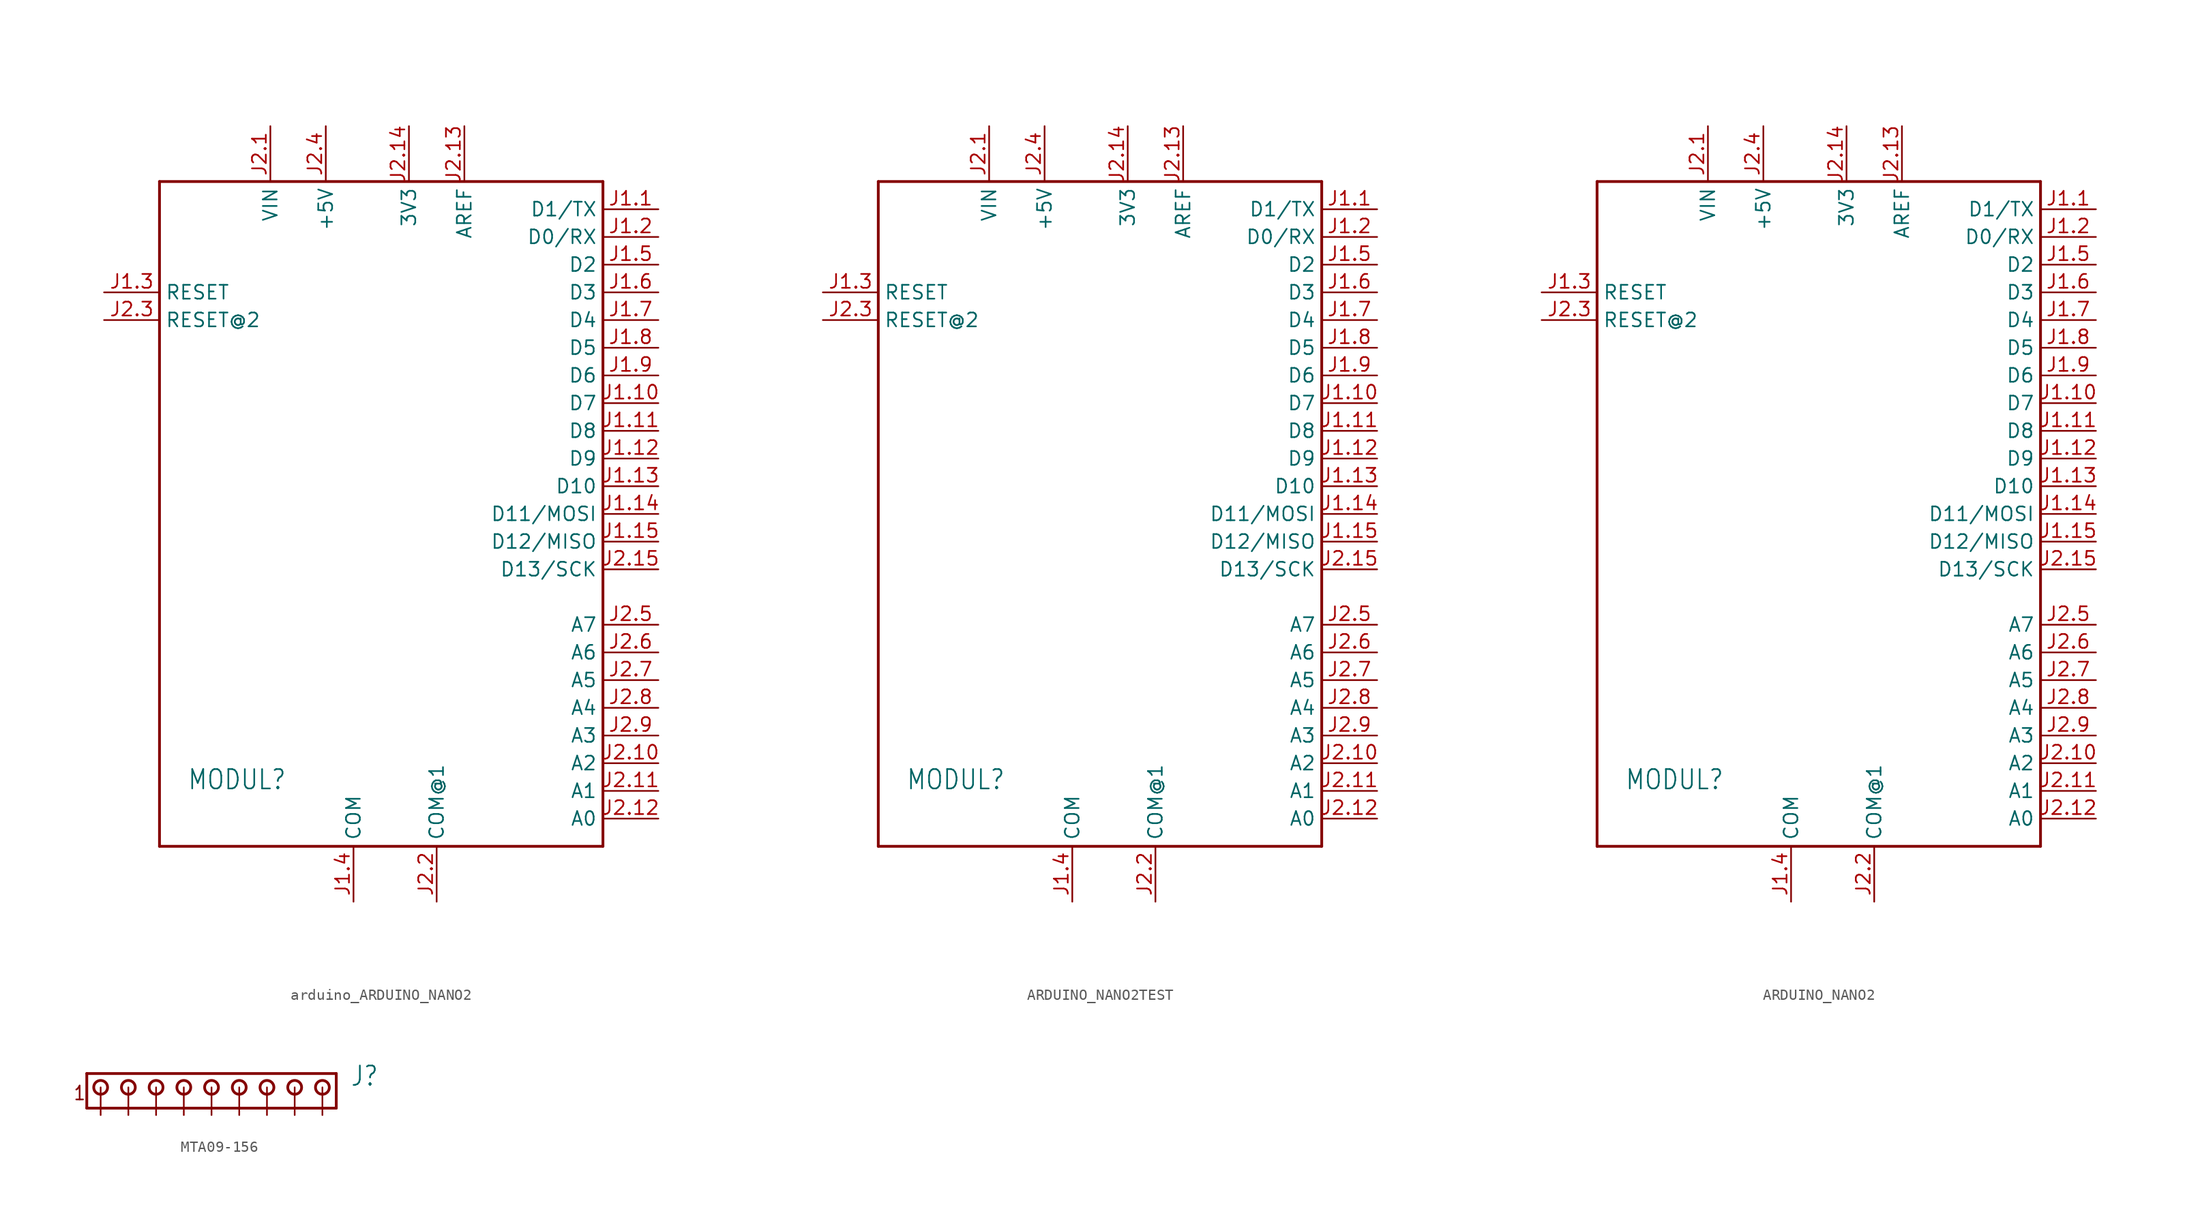
<source format=kicad_sym>
(kicad_symbol_lib
  (version 20231120)
  (generator "kicad_symbol_editor")
  (generator_version "8.0")
  (symbol "arduino_ARDUINO_NANO2"
    (property "Reference" "MODUL"
      (at -17.78 -25.4 0)
      (effects (font (size 1.778 1.511)) (justify left bottom)))
    (property "Value" ""
      (at -17.78 -27.94 0)
      (effects (font (size 1.778 1.511)) (justify left bottom)))
    (property "ki_locked" ""
      (at 0 0 0)
      (effects (font (size 1.27 1.27))))
    (symbol "arduino_ARDUINO_NANO2_1_0"
      (polyline (pts (xy -20.32 -30.48) (xy -20.32 30.48)) (stroke (width 0.254) (type solid)) (fill (type none)))
      (polyline (pts (xy -20.32 30.48) (xy 20.32 30.48)) (stroke (width 0.254) (type solid)) (fill (type none)))
      (polyline (pts (xy 20.32 -30.48) (xy -20.32 -30.48)) (stroke (width 0.254) (type solid)) (fill (type none)))
      (polyline (pts (xy 20.32 30.48) (xy 20.32 -30.48)) (stroke (width 0.254) (type solid)) (fill (type none)))
      (pin bidirectional line (at 25.4 27.94 180) (length 5.08) (name "D1/TX" (effects (font (size 1.27 1.27)))) (number "J1.1" (effects (font (size 1.27 1.27)))))
      (pin bidirectional line (at 25.4 10.16 180) (length 5.08) (name "D7" (effects (font (size 1.27 1.27)))) (number "J1.10" (effects (font (size 1.27 1.27)))))
      (pin bidirectional line (at 25.4 7.62 180) (length 5.08) (name "D8" (effects (font (size 1.27 1.27)))) (number "J1.11" (effects (font (size 1.27 1.27)))))
      (pin bidirectional line (at 25.4 5.08 180) (length 5.08) (name "D9" (effects (font (size 1.27 1.27)))) (number "J1.12" (effects (font (size 1.27 1.27)))))
      (pin bidirectional line (at 25.4 2.54 180) (length 5.08) (name "D10" (effects (font (size 1.27 1.27)))) (number "J1.13" (effects (font (size 1.27 1.27)))))
      (pin bidirectional line (at 25.4 0 180) (length 5.08) (name "D11/MOSI" (effects (font (size 1.27 1.27)))) (number "J1.14" (effects (font (size 1.27 1.27)))))
      (pin bidirectional line (at 25.4 -2.54 180) (length 5.08) (name "D12/MISO" (effects (font (size 1.27 1.27)))) (number "J1.15" (effects (font (size 1.27 1.27)))))
      (pin bidirectional line (at 25.4 25.4 180) (length 5.08) (name "D0/RX" (effects (font (size 1.27 1.27)))) (number "J1.2" (effects (font (size 1.27 1.27)))))
      (pin bidirectional line (at -25.4 20.32 0) (length 5.08) (name "RESET" (effects (font (size 1.27 1.27)))) (number "J1.3" (effects (font (size 1.27 1.27)))))
      (pin power_in line (at -2.54 -35.56 90) (length 5.08) (name "COM" (effects (font (size 1.27 1.27)))) (number "J1.4" (effects (font (size 1.27 1.27)))))
      (pin bidirectional line (at 25.4 22.86 180) (length 5.08) (name "D2" (effects (font (size 1.27 1.27)))) (number "J1.5" (effects (font (size 1.27 1.27)))))
      (pin bidirectional line (at 25.4 20.32 180) (length 5.08) (name "D3" (effects (font (size 1.27 1.27)))) (number "J1.6" (effects (font (size 1.27 1.27)))))
      (pin bidirectional line (at 25.4 17.78 180) (length 5.08) (name "D4" (effects (font (size 1.27 1.27)))) (number "J1.7" (effects (font (size 1.27 1.27)))))
      (pin bidirectional line (at 25.4 15.24 180) (length 5.08) (name "D5" (effects (font (size 1.27 1.27)))) (number "J1.8" (effects (font (size 1.27 1.27)))))
      (pin bidirectional line (at 25.4 12.7 180) (length 5.08) (name "D6" (effects (font (size 1.27 1.27)))) (number "J1.9" (effects (font (size 1.27 1.27)))))
      (pin power_in line (at -10.16 35.56 270) (length 5.08) (name "VIN" (effects (font (size 1.27 1.27)))) (number "J2.1" (effects (font (size 1.27 1.27)))))
      (pin bidirectional line (at 25.4 -22.86 180) (length 5.08) (name "A2" (effects (font (size 1.27 1.27)))) (number "J2.10" (effects (font (size 1.27 1.27)))))
      (pin bidirectional line (at 25.4 -25.4 180) (length 5.08) (name "A1" (effects (font (size 1.27 1.27)))) (number "J2.11" (effects (font (size 1.27 1.27)))))
      (pin bidirectional line (at 25.4 -27.94 180) (length 5.08) (name "A0" (effects (font (size 1.27 1.27)))) (number "J2.12" (effects (font (size 1.27 1.27)))))
      (pin power_in line (at 7.62 35.56 270) (length 5.08) (name "AREF" (effects (font (size 1.27 1.27)))) (number "J2.13" (effects (font (size 1.27 1.27)))))
      (pin power_in line (at 2.54 35.56 270) (length 5.08) (name "3V3" (effects (font (size 1.27 1.27)))) (number "J2.14" (effects (font (size 1.27 1.27)))))
      (pin bidirectional line (at 25.4 -5.08 180) (length 5.08) (name "D13/SCK" (effects (font (size 1.27 1.27)))) (number "J2.15" (effects (font (size 1.27 1.27)))))
      (pin power_in line (at 5.08 -35.56 90) (length 5.08) (name "COM@1" (effects (font (size 1.27 1.27)))) (number "J2.2" (effects (font (size 1.27 1.27)))))
      (pin bidirectional line (at -25.4 17.78 0) (length 5.08) (name "RESET@2" (effects (font (size 1.27 1.27)))) (number "J2.3" (effects (font (size 1.27 1.27)))))
      (pin power_in line (at -5.08 35.56 270) (length 5.08) (name "+5V" (effects (font (size 1.27 1.27)))) (number "J2.4" (effects (font (size 1.27 1.27)))))
      (pin bidirectional line (at 25.4 -10.16 180) (length 5.08) (name "A7" (effects (font (size 1.27 1.27)))) (number "J2.5" (effects (font (size 1.27 1.27)))))
      (pin bidirectional line (at 25.4 -12.7 180) (length 5.08) (name "A6" (effects (font (size 1.27 1.27)))) (number "J2.6" (effects (font (size 1.27 1.27)))))
      (pin bidirectional line (at 25.4 -15.24 180) (length 5.08) (name "A5" (effects (font (size 1.27 1.27)))) (number "J2.7" (effects (font (size 1.27 1.27)))))
      (pin bidirectional line (at 25.4 -17.78 180) (length 5.08) (name "A4" (effects (font (size 1.27 1.27)))) (number "J2.8" (effects (font (size 1.27 1.27)))))
      (pin bidirectional line (at 25.4 -20.32 180) (length 5.08) (name "A3" (effects (font (size 1.27 1.27)))) (number "J2.9" (effects (font (size 1.27 1.27)))))))
  (symbol "ARDUINO_NANO2TEST"
    (property "Reference" "MODUL"
      (at -17.78 -25.4 0)
      (effects (font (size 1.778 1.511)) (justify left bottom)))
    (property "Value" ""
      (at -17.78 -27.94 0)
      (effects (font (size 1.778 1.511)) (justify left bottom)))
    (property "ki_locked" ""
      (at 0 0 0)
      (effects (font (size 1.27 1.27))))
    (symbol "ARDUINO_NANO2TEST_1_0"
      (polyline (pts (xy -20.32 -30.48) (xy -20.32 30.48)) (stroke (width 0.254) (type solid)) (fill (type none)))
      (polyline (pts (xy -20.32 30.48) (xy 20.32 30.48)) (stroke (width 0.254) (type solid)) (fill (type none)))
      (polyline (pts (xy 20.32 -30.48) (xy -20.32 -30.48)) (stroke (width 0.254) (type solid)) (fill (type none)))
      (polyline (pts (xy 20.32 30.48) (xy 20.32 -30.48)) (stroke (width 0.254) (type solid)) (fill (type none)))
      (pin bidirectional line (at 25.4 27.94 180) (length 5.08) (name "D1/TX" (effects (font (size 1.27 1.27)))) (number "J1.1" (effects (font (size 1.27 1.27)))))
      (pin bidirectional line (at 25.4 10.16 180) (length 5.08) (name "D7" (effects (font (size 1.27 1.27)))) (number "J1.10" (effects (font (size 1.27 1.27)))))
      (pin bidirectional line (at 25.4 7.62 180) (length 5.08) (name "D8" (effects (font (size 1.27 1.27)))) (number "J1.11" (effects (font (size 1.27 1.27)))))
      (pin bidirectional line (at 25.4 5.08 180) (length 5.08) (name "D9" (effects (font (size 1.27 1.27)))) (number "J1.12" (effects (font (size 1.27 1.27)))))
      (pin bidirectional line (at 25.4 2.54 180) (length 5.08) (name "D10" (effects (font (size 1.27 1.27)))) (number "J1.13" (effects (font (size 1.27 1.27)))))
      (pin bidirectional line (at 25.4 0 180) (length 5.08) (name "D11/MOSI" (effects (font (size 1.27 1.27)))) (number "J1.14" (effects (font (size 1.27 1.27)))))
      (pin bidirectional line (at 25.4 -2.54 180) (length 5.08) (name "D12/MISO" (effects (font (size 1.27 1.27)))) (number "J1.15" (effects (font (size 1.27 1.27)))))
      (pin bidirectional line (at 25.4 25.4 180) (length 5.08) (name "D0/RX" (effects (font (size 1.27 1.27)))) (number "J1.2" (effects (font (size 1.27 1.27)))))
      (pin bidirectional line (at -25.4 20.32 0) (length 5.08) (name "RESET" (effects (font (size 1.27 1.27)))) (number "J1.3" (effects (font (size 1.27 1.27)))))
      (pin power_in line (at -2.54 -35.56 90) (length 5.08) (name "COM" (effects (font (size 1.27 1.27)))) (number "J1.4" (effects (font (size 1.27 1.27)))))
      (pin bidirectional line (at 25.4 22.86 180) (length 5.08) (name "D2" (effects (font (size 1.27 1.27)))) (number "J1.5" (effects (font (size 1.27 1.27)))))
      (pin bidirectional line (at 25.4 20.32 180) (length 5.08) (name "D3" (effects (font (size 1.27 1.27)))) (number "J1.6" (effects (font (size 1.27 1.27)))))
      (pin bidirectional line (at 25.4 17.78 180) (length 5.08) (name "D4" (effects (font (size 1.27 1.27)))) (number "J1.7" (effects (font (size 1.27 1.27)))))
      (pin bidirectional line (at 25.4 15.24 180) (length 5.08) (name "D5" (effects (font (size 1.27 1.27)))) (number "J1.8" (effects (font (size 1.27 1.27)))))
      (pin bidirectional line (at 25.4 12.7 180) (length 5.08) (name "D6" (effects (font (size 1.27 1.27)))) (number "J1.9" (effects (font (size 1.27 1.27)))))
      (pin power_in line (at -10.16 35.56 270) (length 5.08) (name "VIN" (effects (font (size 1.27 1.27)))) (number "J2.1" (effects (font (size 1.27 1.27)))))
      (pin bidirectional line (at 25.4 -22.86 180) (length 5.08) (name "A2" (effects (font (size 1.27 1.27)))) (number "J2.10" (effects (font (size 1.27 1.27)))))
      (pin bidirectional line (at 25.4 -25.4 180) (length 5.08) (name "A1" (effects (font (size 1.27 1.27)))) (number "J2.11" (effects (font (size 1.27 1.27)))))
      (pin bidirectional line (at 25.4 -27.94 180) (length 5.08) (name "A0" (effects (font (size 1.27 1.27)))) (number "J2.12" (effects (font (size 1.27 1.27)))))
      (pin power_in line (at 7.62 35.56 270) (length 5.08) (name "AREF" (effects (font (size 1.27 1.27)))) (number "J2.13" (effects (font (size 1.27 1.27)))))
      (pin power_in line (at 2.54 35.56 270) (length 5.08) (name "3V3" (effects (font (size 1.27 1.27)))) (number "J2.14" (effects (font (size 1.27 1.27)))))
      (pin bidirectional line (at 25.4 -5.08 180) (length 5.08) (name "D13/SCK" (effects (font (size 1.27 1.27)))) (number "J2.15" (effects (font (size 1.27 1.27)))))
      (pin power_in line (at 5.08 -35.56 90) (length 5.08) (name "COM@1" (effects (font (size 1.27 1.27)))) (number "J2.2" (effects (font (size 1.27 1.27)))))
      (pin bidirectional line (at -25.4 17.78 0) (length 5.08) (name "RESET@2" (effects (font (size 1.27 1.27)))) (number "J2.3" (effects (font (size 1.27 1.27)))))
      (pin power_in line (at -5.08 35.56 270) (length 5.08) (name "+5V" (effects (font (size 1.27 1.27)))) (number "J2.4" (effects (font (size 1.27 1.27)))))
      (pin bidirectional line (at 25.4 -10.16 180) (length 5.08) (name "A7" (effects (font (size 1.27 1.27)))) (number "J2.5" (effects (font (size 1.27 1.27)))))
      (pin bidirectional line (at 25.4 -12.7 180) (length 5.08) (name "A6" (effects (font (size 1.27 1.27)))) (number "J2.6" (effects (font (size 1.27 1.27)))))
      (pin bidirectional line (at 25.4 -15.24 180) (length 5.08) (name "A5" (effects (font (size 1.27 1.27)))) (number "J2.7" (effects (font (size 1.27 1.27)))))
      (pin bidirectional line (at 25.4 -17.78 180) (length 5.08) (name "A4" (effects (font (size 1.27 1.27)))) (number "J2.8" (effects (font (size 1.27 1.27)))))
      (pin bidirectional line (at 25.4 -20.32 180) (length 5.08) (name "A3" (effects (font (size 1.27 1.27)))) (number "J2.9" (effects (font (size 1.27 1.27)))))))
  (symbol "ARDUINO_NANO2"
    (property "Reference" "MODUL"
      (at -17.78 -25.4 0)
      (effects (font (size 1.778 1.511)) (justify left bottom)))
    (property "Value" ""
      (at -17.78 -27.94 0)
      (effects (font (size 1.778 1.511)) (justify left bottom)))
    (property "ki_locked" ""
      (at 0 0 0)
      (effects (font (size 1.27 1.27))))
    (symbol "ARDUINO_NANO2_1_0"
      (polyline (pts (xy -20.32 -30.48) (xy -20.32 30.48)) (stroke (width 0.254) (type solid)) (fill (type none)))
      (polyline (pts (xy -20.32 30.48) (xy 20.32 30.48)) (stroke (width 0.254) (type solid)) (fill (type none)))
      (polyline (pts (xy 20.32 -30.48) (xy -20.32 -30.48)) (stroke (width 0.254) (type solid)) (fill (type none)))
      (polyline (pts (xy 20.32 30.48) (xy 20.32 -30.48)) (stroke (width 0.254) (type solid)) (fill (type none)))
      (pin bidirectional line (at 25.4 27.94 180) (length 5.08) (name "D1/TX" (effects (font (size 1.27 1.27)))) (number "J1.1" (effects (font (size 1.27 1.27)))))
      (pin bidirectional line (at 25.4 10.16 180) (length 5.08) (name "D7" (effects (font (size 1.27 1.27)))) (number "J1.10" (effects (font (size 1.27 1.27)))))
      (pin bidirectional line (at 25.4 7.62 180) (length 5.08) (name "D8" (effects (font (size 1.27 1.27)))) (number "J1.11" (effects (font (size 1.27 1.27)))))
      (pin bidirectional line (at 25.4 5.08 180) (length 5.08) (name "D9" (effects (font (size 1.27 1.27)))) (number "J1.12" (effects (font (size 1.27 1.27)))))
      (pin bidirectional line (at 25.4 2.54 180) (length 5.08) (name "D10" (effects (font (size 1.27 1.27)))) (number "J1.13" (effects (font (size 1.27 1.27)))))
      (pin bidirectional line (at 25.4 0 180) (length 5.08) (name "D11/MOSI" (effects (font (size 1.27 1.27)))) (number "J1.14" (effects (font (size 1.27 1.27)))))
      (pin bidirectional line (at 25.4 -2.54 180) (length 5.08) (name "D12/MISO" (effects (font (size 1.27 1.27)))) (number "J1.15" (effects (font (size 1.27 1.27)))))
      (pin bidirectional line (at 25.4 25.4 180) (length 5.08) (name "D0/RX" (effects (font (size 1.27 1.27)))) (number "J1.2" (effects (font (size 1.27 1.27)))))
      (pin bidirectional line (at -25.4 20.32 0) (length 5.08) (name "RESET" (effects (font (size 1.27 1.27)))) (number "J1.3" (effects (font (size 1.27 1.27)))))
      (pin power_in line (at -2.54 -35.56 90) (length 5.08) (name "COM" (effects (font (size 1.27 1.27)))) (number "J1.4" (effects (font (size 1.27 1.27)))))
      (pin bidirectional line (at 25.4 22.86 180) (length 5.08) (name "D2" (effects (font (size 1.27 1.27)))) (number "J1.5" (effects (font (size 1.27 1.27)))))
      (pin bidirectional line (at 25.4 20.32 180) (length 5.08) (name "D3" (effects (font (size 1.27 1.27)))) (number "J1.6" (effects (font (size 1.27 1.27)))))
      (pin bidirectional line (at 25.4 17.78 180) (length 5.08) (name "D4" (effects (font (size 1.27 1.27)))) (number "J1.7" (effects (font (size 1.27 1.27)))))
      (pin bidirectional line (at 25.4 15.24 180) (length 5.08) (name "D5" (effects (font (size 1.27 1.27)))) (number "J1.8" (effects (font (size 1.27 1.27)))))
      (pin bidirectional line (at 25.4 12.7 180) (length 5.08) (name "D6" (effects (font (size 1.27 1.27)))) (number "J1.9" (effects (font (size 1.27 1.27)))))
      (pin power_in line (at -10.16 35.56 270) (length 5.08) (name "VIN" (effects (font (size 1.27 1.27)))) (number "J2.1" (effects (font (size 1.27 1.27)))))
      (pin bidirectional line (at 25.4 -22.86 180) (length 5.08) (name "A2" (effects (font (size 1.27 1.27)))) (number "J2.10" (effects (font (size 1.27 1.27)))))
      (pin bidirectional line (at 25.4 -25.4 180) (length 5.08) (name "A1" (effects (font (size 1.27 1.27)))) (number "J2.11" (effects (font (size 1.27 1.27)))))
      (pin bidirectional line (at 25.4 -27.94 180) (length 5.08) (name "A0" (effects (font (size 1.27 1.27)))) (number "J2.12" (effects (font (size 1.27 1.27)))))
      (pin power_in line (at 7.62 35.56 270) (length 5.08) (name "AREF" (effects (font (size 1.27 1.27)))) (number "J2.13" (effects (font (size 1.27 1.27)))))
      (pin power_in line (at 2.54 35.56 270) (length 5.08) (name "3V3" (effects (font (size 1.27 1.27)))) (number "J2.14" (effects (font (size 1.27 1.27)))))
      (pin bidirectional line (at 25.4 -5.08 180) (length 5.08) (name "D13/SCK" (effects (font (size 1.27 1.27)))) (number "J2.15" (effects (font (size 1.27 1.27)))))
      (pin power_in line (at 5.08 -35.56 90) (length 5.08) (name "COM@1" (effects (font (size 1.27 1.27)))) (number "J2.2" (effects (font (size 1.27 1.27)))))
      (pin bidirectional line (at -25.4 17.78 0) (length 5.08) (name "RESET@2" (effects (font (size 1.27 1.27)))) (number "J2.3" (effects (font (size 1.27 1.27)))))
      (pin power_in line (at -5.08 35.56 270) (length 5.08) (name "+5V" (effects (font (size 1.27 1.27)))) (number "J2.4" (effects (font (size 1.27 1.27)))))
      (pin bidirectional line (at 25.4 -10.16 180) (length 5.08) (name "A7" (effects (font (size 1.27 1.27)))) (number "J2.5" (effects (font (size 1.27 1.27)))))
      (pin bidirectional line (at 25.4 -12.7 180) (length 5.08) (name "A6" (effects (font (size 1.27 1.27)))) (number "J2.6" (effects (font (size 1.27 1.27)))))
      (pin bidirectional line (at 25.4 -15.24 180) (length 5.08) (name "A5" (effects (font (size 1.27 1.27)))) (number "J2.7" (effects (font (size 1.27 1.27)))))
      (pin bidirectional line (at 25.4 -17.78 180) (length 5.08) (name "A4" (effects (font (size 1.27 1.27)))) (number "J2.8" (effects (font (size 1.27 1.27)))))
      (pin bidirectional line (at 25.4 -20.32 180) (length 5.08) (name "A3" (effects (font (size 1.27 1.27)))) (number "J2.9" (effects (font (size 1.27 1.27)))))))
  (symbol "MTA09-156"
    (property "Reference" "J"
      (at 22.86 0 0)
      (effects (font (size 1.778 1.511)) (justify left bottom)))
    (property "Value" ""
      (at 22.86 -3.81 0)
      (effects (font (size 1.778 1.511)) (justify left bottom)))
    (property "ki_locked" ""
      (at 0 0 0)
      (effects (font (size 1.27 1.27))))
    (symbol "MTA09-156_1_0"
      (polyline (pts (xy -1.27 1.27) (xy -1.27 -1.905)) (stroke (width 0.254) (type solid)) (fill (type none)))
      (polyline (pts (xy -1.27 1.27) (xy 21.59 1.27)) (stroke (width 0.254) (type solid)) (fill (type none)))
      (polyline (pts (xy 21.59 -1.905) (xy -1.27 -1.905)) (stroke (width 0.254) (type solid)) (fill (type none)))
      (polyline (pts (xy 21.59 -1.905) (xy 21.59 1.27)) (stroke (width 0.254) (type solid)) (fill (type none)))
      (circle (center 0 0) (radius 0.635) (stroke (width 0.254) (type solid)) (fill (type none)))
      (circle (center 2.54 0) (radius 0.635) (stroke (width 0.254) (type solid)) (fill (type none)))
      (circle (center 5.08 0) (radius 0.635) (stroke (width 0.254) (type solid)) (fill (type none)))
      (circle (center 7.62 0) (radius 0.635) (stroke (width 0.254) (type solid)) (fill (type none)))
      (circle (center 10.16 0) (radius 0.635) (stroke (width 0.254) (type solid)) (fill (type none)))
      (circle (center 12.7 0) (radius 0.635) (stroke (width 0.254) (type solid)) (fill (type none)))
      (circle (center 15.24 0) (radius 0.635) (stroke (width 0.254) (type solid)) (fill (type none)))
      (circle (center 17.78 0) (radius 0.635) (stroke (width 0.254) (type solid)) (fill (type none)))
      (circle (center 20.32 0) (radius 0.635) (stroke (width 0.254) (type solid)) (fill (type none)))
      (text "1" (at -2.54 -1.27 0) (effects (font (size 1.27 1.079)) (justify left bottom)))
      (pin passive line (at 0 -2.54 90) (length 2.54) (name "1" (effects (font (size 0 0)))) (number "1" (effects (font (size 0 0)))))
      (pin passive line (at 2.54 -2.54 90) (length 2.54) (name "2" (effects (font (size 0 0)))) (number "2" (effects (font (size 0 0)))))
      (pin passive line (at 5.08 -2.54 90) (length 2.54) (name "3" (effects (font (size 0 0)))) (number "3" (effects (font (size 0 0)))))
      (pin passive line (at 7.62 -2.54 90) (length 2.54) (name "4" (effects (font (size 0 0)))) (number "4" (effects (font (size 0 0)))))
      (pin passive line (at 10.16 -2.54 90) (length 2.54) (name "5" (effects (font (size 0 0)))) (number "5" (effects (font (size 0 0)))))
      (pin passive line (at 12.7 -2.54 90) (length 2.54) (name "6" (effects (font (size 0 0)))) (number "6" (effects (font (size 0 0)))))
      (pin passive line (at 15.24 -2.54 90) (length 2.54) (name "7" (effects (font (size 0 0)))) (number "7" (effects (font (size 0 0)))))
      (pin passive line (at 17.78 -2.54 90) (length 2.54) (name "8" (effects (font (size 0 0)))) (number "8" (effects (font (size 0 0)))))
      (pin passive line (at 20.32 -2.54 90) (length 2.54) (name "9" (effects (font (size 0 0)))) (number "9" (effects (font (size 0 0))))))))
</source>
